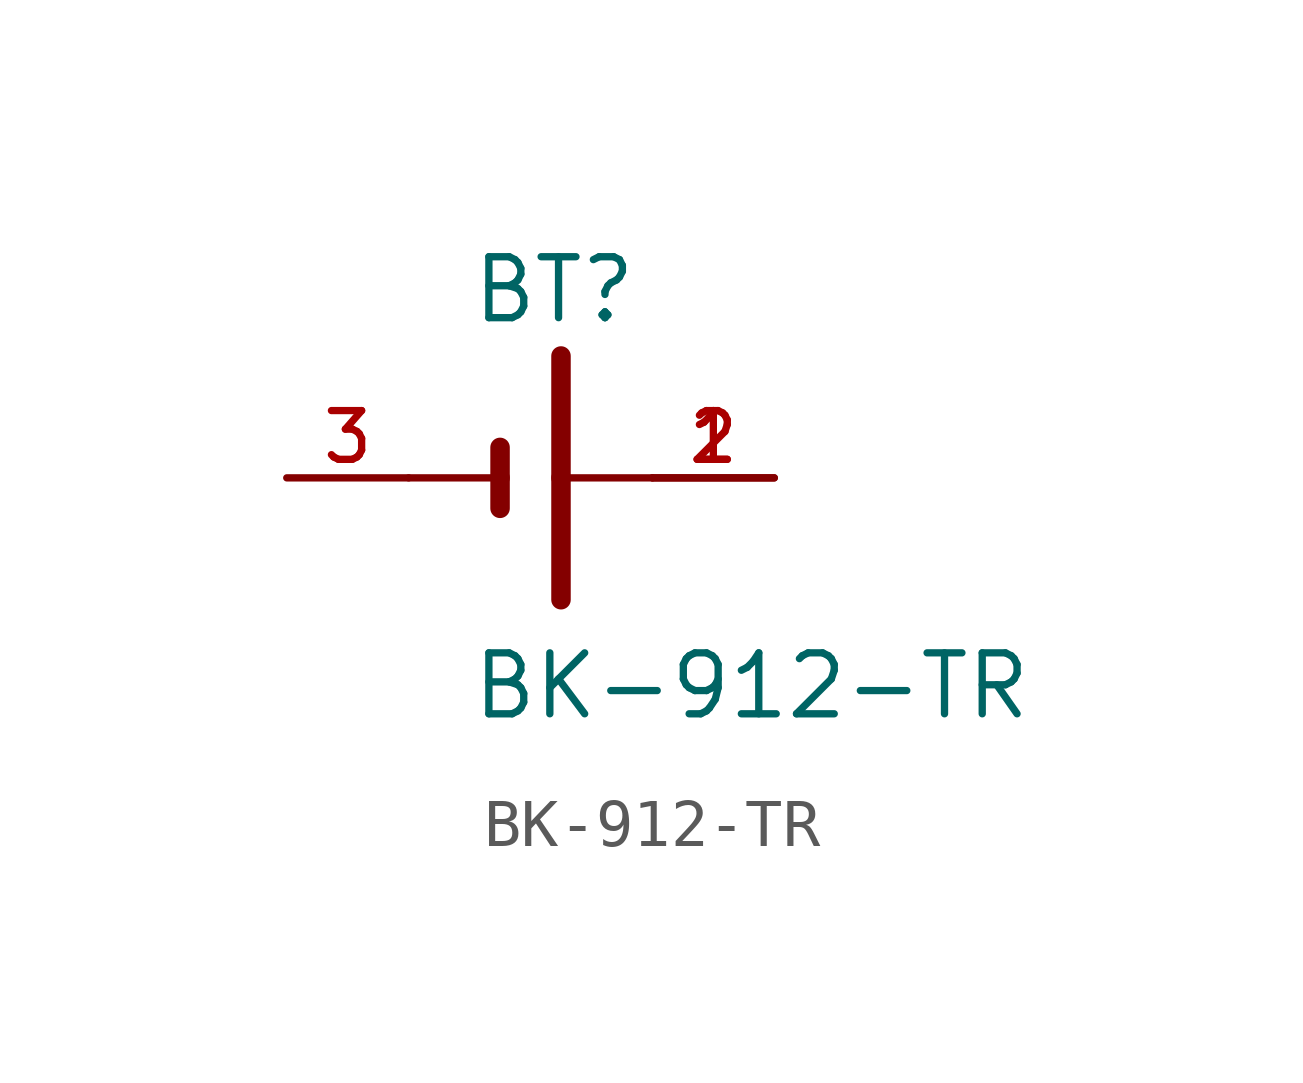
<source format=kicad_sym>
(kicad_symbol_lib
  (version 20231120)
  (generator "kicad_symbol_editor")
  (generator_version "8.0")
  (symbol "BK-912-TR"
    (pin_names
      (offset 1.016))
    (property "Reference" "BT"
      (at -1.27 3.175 0)
      (effects (font (size 1.27 1.27)) (justify left bottom)))
    (property "Value" "BK-912-TR"
      (at -1.27 -5.08 0)
      (effects (font (size 1.27 1.27)) (justify left bottom)))
    (symbol "BK-912-TR_0_0"
      (polyline (pts (xy -2.54 0) (xy -0.635 0)) (stroke (width 0.152) (type default)) (fill (type none)))
      (polyline (pts (xy -0.635 0) (xy -0.635 -0.635)) (stroke (width 0.406) (type default)) (fill (type none)))
      (polyline (pts (xy -0.635 0.635) (xy -0.635 0)) (stroke (width 0.406) (type default)) (fill (type none)))
      (polyline (pts (xy 0.635 0) (xy 0.635 -2.54)) (stroke (width 0.406) (type default)) (fill (type none)))
      (polyline (pts (xy 0.635 0) (xy 2.54 0)) (stroke (width 0.152) (type default)) (fill (type none)))
      (polyline (pts (xy 0.635 2.54) (xy 0.635 0)) (stroke (width 0.406) (type default)) (fill (type none)))
      (pin passive line (at 5.08 0 180) (length 2.54) (name "~" (effects (font (size 1.016 1.016)))) (number "1" (effects (font (size 1.016 1.016)))))
      (pin passive line (at 5.08 0 180) (length 2.54) (name "~" (effects (font (size 1.016 1.016)))) (number "2" (effects (font (size 1.016 1.016)))))
      (pin passive line (at -5.08 0 0) (length 2.54) (name "~" (effects (font (size 1.016 1.016)))) (number "3" (effects (font (size 1.016 1.016))))))))
</source>
